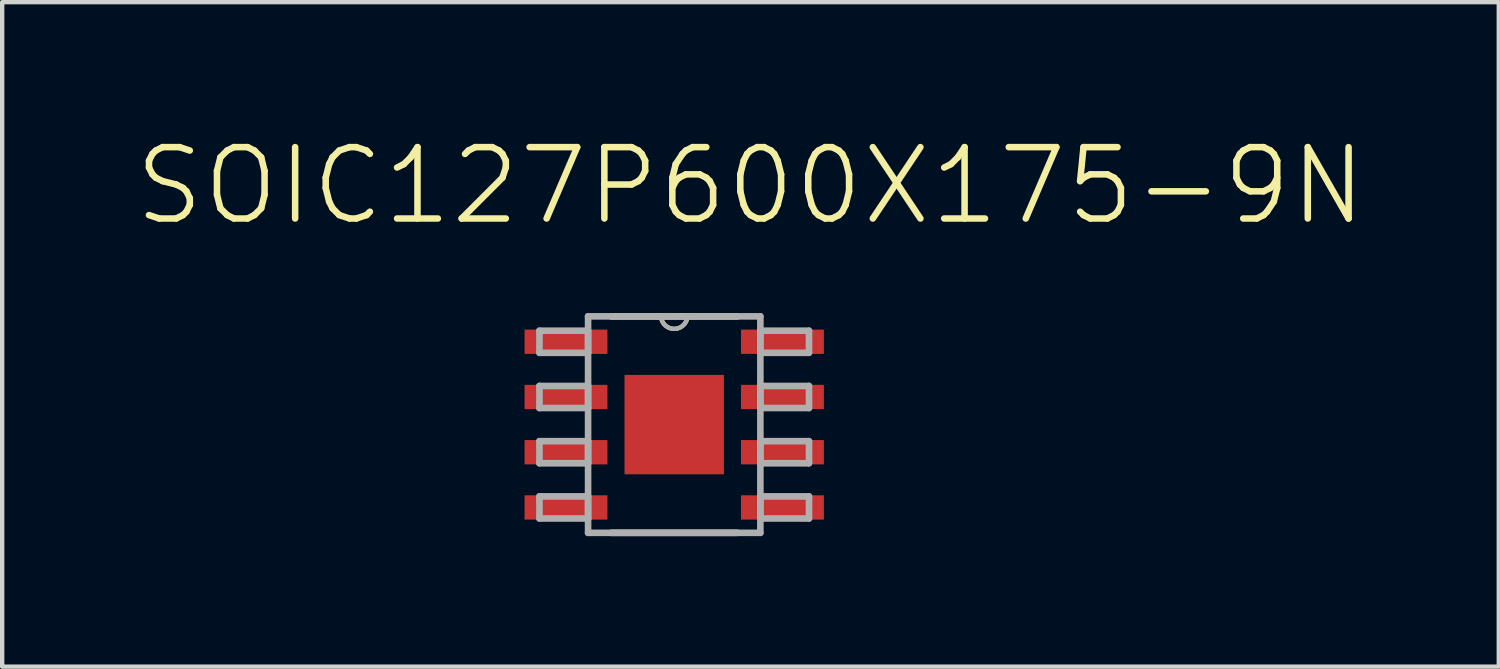
<source format=kicad_pcb>
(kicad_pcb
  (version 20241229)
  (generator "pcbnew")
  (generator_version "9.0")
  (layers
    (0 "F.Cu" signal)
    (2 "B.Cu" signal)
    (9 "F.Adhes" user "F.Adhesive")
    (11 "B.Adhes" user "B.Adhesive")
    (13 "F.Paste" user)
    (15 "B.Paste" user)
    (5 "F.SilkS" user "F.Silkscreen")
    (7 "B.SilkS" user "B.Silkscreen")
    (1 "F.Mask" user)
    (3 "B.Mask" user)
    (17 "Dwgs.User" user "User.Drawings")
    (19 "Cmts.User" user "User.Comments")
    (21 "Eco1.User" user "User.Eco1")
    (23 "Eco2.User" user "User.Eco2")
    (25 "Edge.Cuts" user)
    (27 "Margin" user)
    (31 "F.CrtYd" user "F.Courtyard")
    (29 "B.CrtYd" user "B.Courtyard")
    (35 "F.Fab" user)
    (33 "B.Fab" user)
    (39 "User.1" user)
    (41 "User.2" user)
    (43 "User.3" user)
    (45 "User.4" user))
  (footprint "SOIC127P600X175-9N"
    (layer "F.Cu")
    (at 12.454 6.714)
    (property "Reference" "SOIC127P600X175-9N" (at 1.754 -5.491 0) (layer "F.SilkS") (effects (font (size 1.641 1.641) (thickness 0.15))))
    (attr smd)
    (fp_line (start -1.448 2.489) (end 1.448 2.489) (stroke (width 0.152) (type solid)) (layer "F.SilkS"))
    (fp_line (start -0.305 -2.489) (end -1.448 -2.489) (stroke (width 0.152) (type solid)) (layer "F.SilkS"))
    (fp_line (start 1.448 -2.489) (end -0.305 -2.489) (stroke (width 0.152) (type solid)) (layer "F.SilkS"))
    (fp_arc (start 0.3048 -2.5146) (mid 0.0127 -2.1971) (end -0.3048 -2.4892) (stroke (width 0.1) (type solid)) (layer "F.SilkS"))
    (fp_line (start -3.099 -2.159) (end -3.099 -1.651) (stroke (width 0.152) (type solid)) (layer "F.Fab"))
    (fp_line (start -3.099 -1.651) (end -1.981 -1.651) (stroke (width 0.152) (type solid)) (layer "F.Fab"))
    (fp_line (start -3.099 -0.889) (end -3.099 -0.381) (stroke (width 0.152) (type solid)) (layer "F.Fab"))
    (fp_line (start -3.099 -0.381) (end -1.981 -0.381) (stroke (width 0.152) (type solid)) (layer "F.Fab"))
    (fp_line (start -3.099 0.381) (end -3.099 0.889) (stroke (width 0.152) (type solid)) (layer "F.Fab"))
    (fp_line (start -3.099 0.889) (end -1.981 0.889) (stroke (width 0.152) (type solid)) (layer "F.Fab"))
    (fp_line (start -3.099 1.651) (end -3.099 2.159) (stroke (width 0.152) (type solid)) (layer "F.Fab"))
    (fp_line (start -3.099 2.159) (end -1.981 2.159) (stroke (width 0.152) (type solid)) (layer "F.Fab"))
    (fp_line (start -1.981 -2.489) (end -1.981 2.489) (stroke (width 0.152) (type solid)) (layer "F.Fab"))
    (fp_line (start -1.981 -2.159) (end -3.099 -2.159) (stroke (width 0.152) (type solid)) (layer "F.Fab"))
    (fp_line (start -1.981 -1.651) (end -1.981 -2.159) (stroke (width 0.152) (type solid)) (layer "F.Fab"))
    (fp_line (start -1.981 -0.889) (end -3.099 -0.889) (stroke (width 0.152) (type solid)) (layer "F.Fab"))
    (fp_line (start -1.981 -0.381) (end -1.981 -0.889) (stroke (width 0.152) (type solid)) (layer "F.Fab"))
    (fp_line (start -1.981 0.381) (end -3.099 0.381) (stroke (width 0.152) (type solid)) (layer "F.Fab"))
    (fp_line (start -1.981 0.889) (end -1.981 0.381) (stroke (width 0.152) (type solid)) (layer "F.Fab"))
    (fp_line (start -1.981 1.651) (end -3.099 1.651) (stroke (width 0.152) (type solid)) (layer "F.Fab"))
    (fp_line (start -1.981 2.159) (end -1.981 1.651) (stroke (width 0.152) (type solid)) (layer "F.Fab"))
    (fp_line (start -1.981 2.489) (end 1.981 2.489) (stroke (width 0.152) (type solid)) (layer "F.Fab"))
    (fp_line (start -0.305 -2.489) (end -1.981 -2.489) (stroke (width 0.152) (type solid)) (layer "F.Fab"))
    (fp_line (start 1.981 -2.489) (end -0.305 -2.489) (stroke (width 0.152) (type solid)) (layer "F.Fab"))
    (fp_line (start 1.981 -2.159) (end 1.981 -1.651) (stroke (width 0.152) (type solid)) (layer "F.Fab"))
    (fp_line (start 1.981 -1.651) (end 3.099 -1.651) (stroke (width 0.152) (type solid)) (layer "F.Fab"))
    (fp_line (start 1.981 -0.889) (end 1.981 -0.381) (stroke (width 0.152) (type solid)) (layer "F.Fab"))
    (fp_line (start 1.981 -0.381) (end 3.099 -0.381) (stroke (width 0.152) (type solid)) (layer "F.Fab"))
    (fp_line (start 1.981 0.381) (end 1.981 0.889) (stroke (width 0.152) (type solid)) (layer "F.Fab"))
    (fp_line (start 1.981 0.889) (end 3.099 0.889) (stroke (width 0.152) (type solid)) (layer "F.Fab"))
    (fp_line (start 1.981 1.651) (end 1.981 2.159) (stroke (width 0.152) (type solid)) (layer "F.Fab"))
    (fp_line (start 1.981 2.159) (end 3.099 2.159) (stroke (width 0.152) (type solid)) (layer "F.Fab"))
    (fp_line (start 1.981 2.489) (end 1.981 -2.489) (stroke (width 0.152) (type solid)) (layer "F.Fab"))
    (fp_line (start 3.099 -2.159) (end 1.981 -2.159) (stroke (width 0.152) (type solid)) (layer "F.Fab"))
    (fp_line (start 3.099 -1.651) (end 3.099 -2.159) (stroke (width 0.152) (type solid)) (layer "F.Fab"))
    (fp_line (start 3.099 -0.889) (end 1.981 -0.889) (stroke (width 0.152) (type solid)) (layer "F.Fab"))
    (fp_line (start 3.099 -0.381) (end 3.099 -0.889) (stroke (width 0.152) (type solid)) (layer "F.Fab"))
    (fp_line (start 3.099 0.381) (end 1.981 0.381) (stroke (width 0.152) (type solid)) (layer "F.Fab"))
    (fp_line (start 3.099 0.889) (end 3.099 0.381) (stroke (width 0.152) (type solid)) (layer "F.Fab"))
    (fp_line (start 3.099 1.651) (end 1.981 1.651) (stroke (width 0.152) (type solid)) (layer "F.Fab"))
    (fp_line (start 3.099 2.159) (end 3.099 1.651) (stroke (width 0.152) (type solid)) (layer "F.Fab"))
    (fp_arc (start 0.3048 -2.5146) (mid 0.0127 -2.1971) (end -0.3048 -2.4892) (stroke (width 0.1) (type solid)) (layer "F.Fab"))
    (pad "1" smd rect (at -2.489 -1.905) (size 1.905 0.559) (layers "F.Cu" "F.Mask" "F.Paste"))
    (pad "2" smd rect (at -2.489 -0.635) (size 1.905 0.559) (layers "F.Cu" "F.Mask" "F.Paste"))
    (pad "3" smd rect (at -2.489 0.635) (size 1.905 0.559) (layers "F.Cu" "F.Mask" "F.Paste"))
    (pad "4" smd rect (at -2.489 1.905) (size 1.905 0.559) (layers "F.Cu" "F.Mask" "F.Paste"))
    (pad "5" smd rect (at 2.489 1.905) (size 1.905 0.559) (layers "F.Cu" "F.Mask" "F.Paste"))
    (pad "6" smd rect (at 2.489 0.635) (size 1.905 0.559) (layers "F.Cu" "F.Mask" "F.Paste"))
    (pad "7" smd rect (at 2.489 -0.635) (size 1.905 0.559) (layers "F.Cu" "F.Mask" "F.Paste"))
    (pad "8" smd rect (at 2.489 -1.905) (size 1.905 0.559) (layers "F.Cu" "F.Mask" "F.Paste"))
    (pad "9" smd rect (at 0 0) (size 2.286 2.286) (layers "F.Cu" "F.Mask" "F.Paste")))
  (gr_rect
    (start -3 -3)
    (end 31.415 12.28)
    (stroke (width 0.1) (type default))
    (fill no)
    (layer "Edge.Cuts")))
</source>
